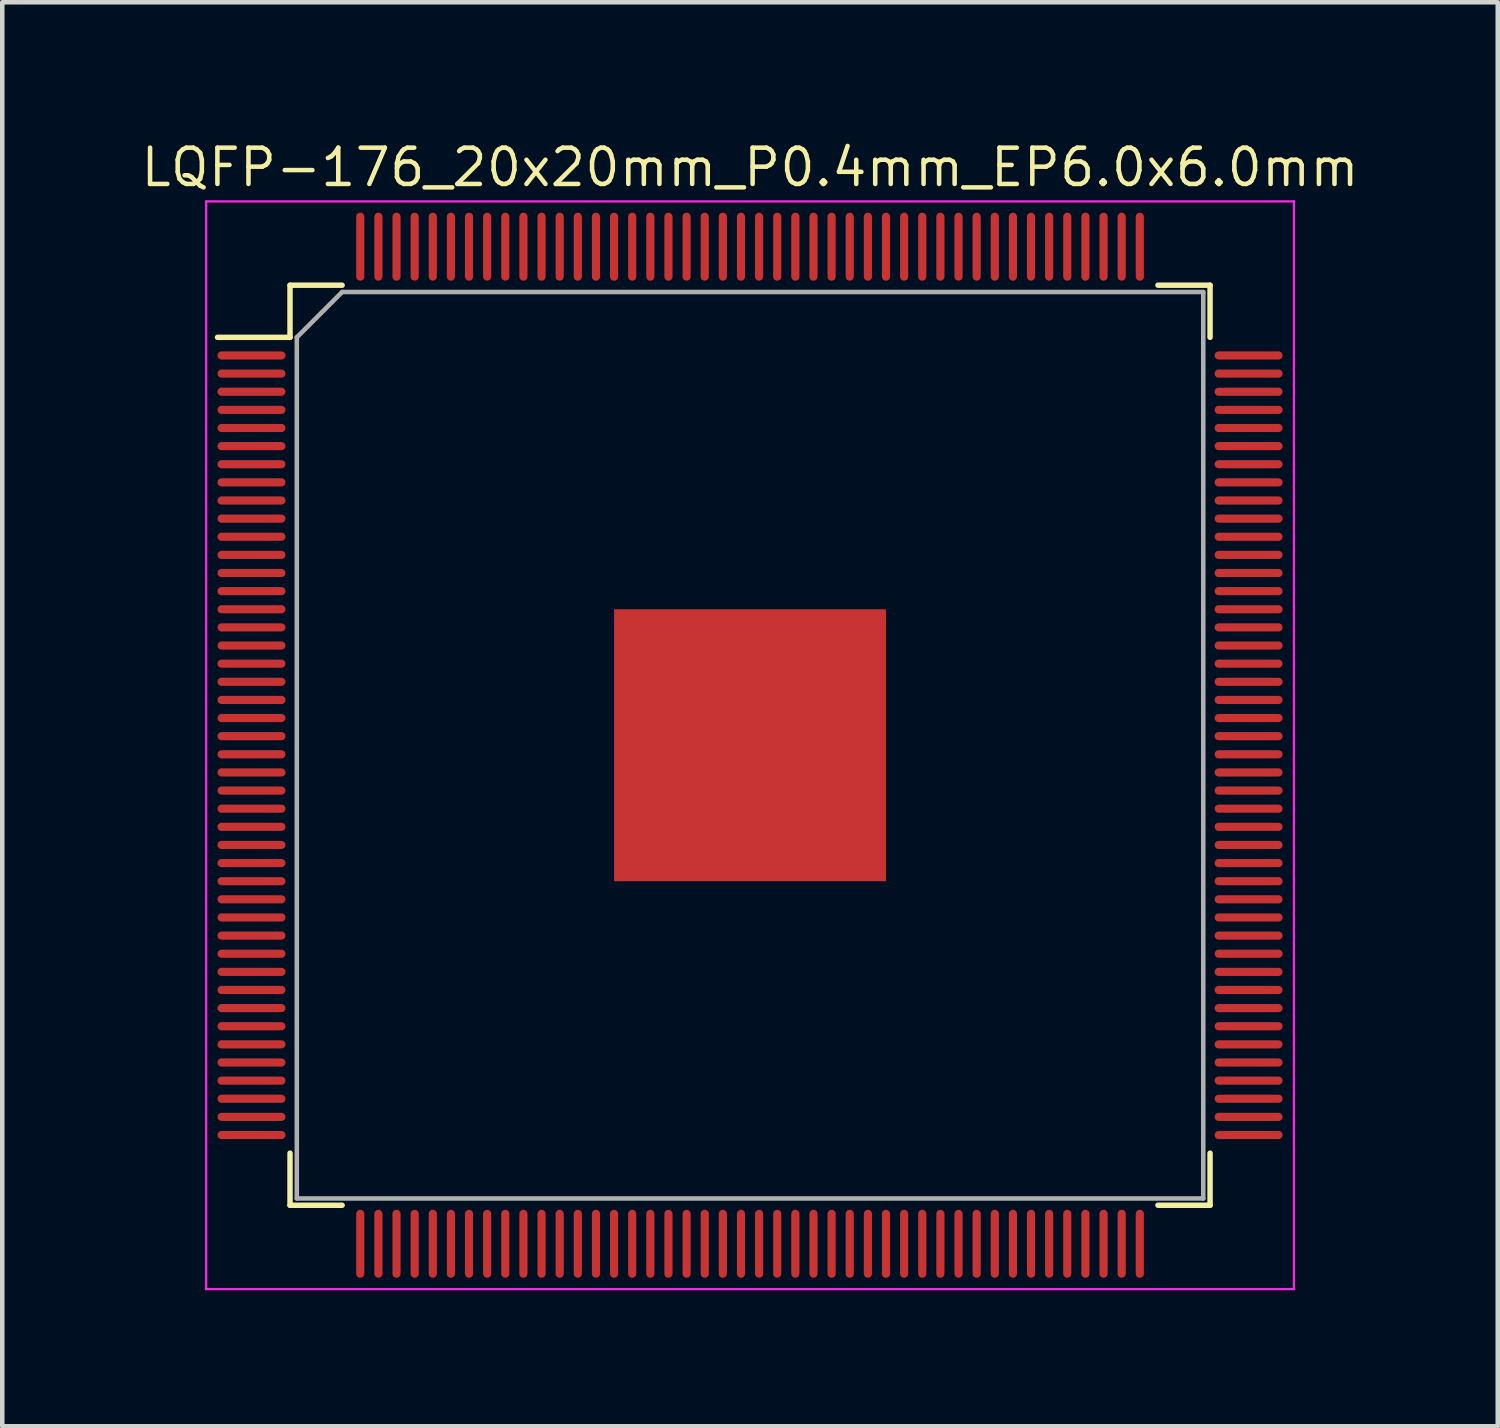
<source format=kicad_pcb>
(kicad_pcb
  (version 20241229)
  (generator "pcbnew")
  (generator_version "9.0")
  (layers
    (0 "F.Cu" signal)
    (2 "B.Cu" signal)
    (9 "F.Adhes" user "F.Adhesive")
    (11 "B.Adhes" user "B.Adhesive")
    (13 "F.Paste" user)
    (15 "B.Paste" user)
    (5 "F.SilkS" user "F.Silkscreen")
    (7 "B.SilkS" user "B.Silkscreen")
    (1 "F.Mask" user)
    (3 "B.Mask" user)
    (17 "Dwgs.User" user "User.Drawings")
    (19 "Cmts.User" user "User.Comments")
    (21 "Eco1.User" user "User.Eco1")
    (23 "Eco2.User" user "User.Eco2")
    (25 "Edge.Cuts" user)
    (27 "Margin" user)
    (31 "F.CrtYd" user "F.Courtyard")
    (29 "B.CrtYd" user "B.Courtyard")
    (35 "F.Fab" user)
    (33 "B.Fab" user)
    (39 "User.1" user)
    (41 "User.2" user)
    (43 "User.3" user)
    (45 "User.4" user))
  (footprint "LQFP-176_20x20mm_P0.4mm_EP6.0x6.0mm"
    (layer "F.Cu")
    (at 13.499 13.393)
    (property "Reference" "LQFP-176_20x20mm_P0.4mm_EP6.0x6.0mm" (at 0 -12.75 0) (unlocked yes) (layer "F.SilkS") (effects (font (size 0.8 0.8) (thickness 0.1))))
    (attr smd)
    (fp_line (start -10.15 -10.15) (end -10.15 -9) (stroke (width 0.12) (type default)) (layer "F.SilkS"))
    (fp_line (start -10.15 -9) (end -11.75 -9) (stroke (width 0.12) (type default)) (layer "F.SilkS"))
    (fp_line (start -10.15 10.15) (end -10.15 9) (stroke (width 0.12) (type default)) (layer "F.SilkS"))
    (fp_line (start -9 -10.15) (end -10.15 -10.15) (stroke (width 0.12) (type default)) (layer "F.SilkS"))
    (fp_line (start -9 10.15) (end -10.15 10.15) (stroke (width 0.12) (type default)) (layer "F.SilkS"))
    (fp_line (start 9 -10.15) (end 10.15 -10.15) (stroke (width 0.12) (type default)) (layer "F.SilkS"))
    (fp_line (start 9 10.15) (end 10.15 10.15) (stroke (width 0.12) (type default)) (layer "F.SilkS"))
    (fp_line (start 10.15 -10.15) (end 10.15 -9) (stroke (width 0.12) (type default)) (layer "F.SilkS"))
    (fp_line (start 10.15 10.15) (end 10.15 9) (stroke (width 0.12) (type default)) (layer "F.SilkS"))
    (fp_line (start -12 -12) (end 12 -12) (stroke (width 0.05) (type default)) (layer "F.CrtYd"))
    (fp_line (start -12 12) (end -12 -12) (stroke (width 0.05) (type default)) (layer "F.CrtYd"))
    (fp_line (start 12 -12) (end 12 12) (stroke (width 0.05) (type default)) (layer "F.CrtYd"))
    (fp_line (start 12 12) (end -12 12) (stroke (width 0.05) (type default)) (layer "F.CrtYd"))
    (fp_line (start -10 -9) (end -10 10) (stroke (width 0.1) (type default)) (layer "F.Fab"))
    (fp_line (start -10 10) (end 10 10) (stroke (width 0.1) (type default)) (layer "F.Fab"))
    (fp_line (start -9 -10) (end -10 -9) (stroke (width 0.1) (type default)) (layer "F.Fab"))
    (fp_line (start 10 -10) (end -9 -10) (stroke (width 0.1) (type default)) (layer "F.Fab"))
    (fp_line (start 10 10) (end 10 -10) (stroke (width 0.1) (type default)) (layer "F.Fab"))
    (pad "" smd roundrect (at -2 -2) (size 1.5 1.5) (layers "F.Paste") (roundrect_rratio 0.221))
    (pad "" smd roundrect (at -2 0) (size 1.5 1.5) (layers "F.Paste") (roundrect_rratio 0.221))
    (pad "" smd roundrect (at -2 2) (size 1.5 1.5) (layers "F.Paste") (roundrect_rratio 0.221))
    (pad "" smd roundrect (at -0.1 2) (size 1.5 1.5) (layers "F.Paste") (roundrect_rratio 0.221))
    (pad "" smd roundrect (at 0 -2) (size 1.5 1.5) (layers "F.Paste") (roundrect_rratio 0.221))
    (pad "" smd roundrect (at 0 0) (size 1.5 1.5) (layers "F.Paste") (roundrect_rratio 0.221))
    (pad "" smd roundrect (at 2 -2) (size 1.5 1.5) (layers "F.Paste") (roundrect_rratio 0.221))
    (pad "" smd roundrect (at 2 0) (size 1.5 1.5) (layers "F.Paste") (roundrect_rratio 0.221))
    (pad "" smd roundrect (at 2 2) (size 1.5 1.5) (layers "F.Paste") (roundrect_rratio 0.221))
    (pad "1" smd oval (at -11 -8.6 90) (size 0.18 1.5) (layers "F.Cu" "F.Mask" "F.Paste"))
    (pad "2" smd oval (at -11 -8.2 90) (size 0.18 1.5) (layers "F.Cu" "F.Mask" "F.Paste"))
    (pad "3" smd oval (at -11 -7.8 90) (size 0.18 1.5) (layers "F.Cu" "F.Mask" "F.Paste"))
    (pad "4" smd oval (at -11 -7.4 90) (size 0.18 1.5) (layers "F.Cu" "F.Mask" "F.Paste"))
    (pad "5" smd oval (at -11 -7 90) (size 0.18 1.5) (layers "F.Cu" "F.Mask" "F.Paste"))
    (pad "6" smd oval (at -11 -6.6 90) (size 0.18 1.5) (layers "F.Cu" "F.Mask" "F.Paste"))
    (pad "7" smd oval (at -11 -6.2 90) (size 0.18 1.5) (layers "F.Cu" "F.Mask" "F.Paste"))
    (pad "8" smd oval (at -11 -5.8 90) (size 0.18 1.5) (layers "F.Cu" "F.Mask" "F.Paste"))
    (pad "9" smd oval (at -11 -5.4 90) (size 0.18 1.5) (layers "F.Cu" "F.Mask" "F.Paste"))
    (pad "10" smd oval (at -11 -5 90) (size 0.18 1.5) (layers "F.Cu" "F.Mask" "F.Paste"))
    (pad "11" smd oval (at -11 -4.6 90) (size 0.18 1.5) (layers "F.Cu" "F.Mask" "F.Paste"))
    (pad "12" smd oval (at -11 -4.2 90) (size 0.18 1.5) (layers "F.Cu" "F.Mask" "F.Paste"))
    (pad "13" smd oval (at -11 -3.8 90) (size 0.18 1.5) (layers "F.Cu" "F.Mask" "F.Paste"))
    (pad "14" smd oval (at -11 -3.4 90) (size 0.18 1.5) (layers "F.Cu" "F.Mask" "F.Paste"))
    (pad "15" smd oval (at -11 -3 90) (size 0.18 1.5) (layers "F.Cu" "F.Mask" "F.Paste"))
    (pad "16" smd oval (at -11 -2.6 90) (size 0.18 1.5) (layers "F.Cu" "F.Mask" "F.Paste"))
    (pad "17" smd oval (at -11 -2.2 90) (size 0.18 1.5) (layers "F.Cu" "F.Mask" "F.Paste"))
    (pad "18" smd oval (at -11 -1.8 90) (size 0.18 1.5) (layers "F.Cu" "F.Mask" "F.Paste"))
    (pad "19" smd oval (at -11 -1.4 90) (size 0.18 1.5) (layers "F.Cu" "F.Mask" "F.Paste"))
    (pad "20" smd oval (at -11 -1 90) (size 0.18 1.5) (layers "F.Cu" "F.Mask" "F.Paste"))
    (pad "21" smd oval (at -11 -0.6 90) (size 0.18 1.5) (layers "F.Cu" "F.Mask" "F.Paste"))
    (pad "22" smd oval (at -11 -0.2 90) (size 0.18 1.5) (layers "F.Cu" "F.Mask" "F.Paste"))
    (pad "23" smd oval (at -11 0.2 90) (size 0.18 1.5) (layers "F.Cu" "F.Mask" "F.Paste"))
    (pad "24" smd oval (at -11 0.6 90) (size 0.18 1.5) (layers "F.Cu" "F.Mask" "F.Paste"))
    (pad "25" smd oval (at -11 1 90) (size 0.18 1.5) (layers "F.Cu" "F.Mask" "F.Paste"))
    (pad "26" smd oval (at -11 1.4 90) (size 0.18 1.5) (layers "F.Cu" "F.Mask" "F.Paste"))
    (pad "27" smd oval (at -11 1.8 90) (size 0.18 1.5) (layers "F.Cu" "F.Mask" "F.Paste"))
    (pad "28" smd oval (at -11 2.2 90) (size 0.18 1.5) (layers "F.Cu" "F.Mask" "F.Paste"))
    (pad "29" smd oval (at -11 2.6 90) (size 0.18 1.5) (layers "F.Cu" "F.Mask" "F.Paste"))
    (pad "30" smd oval (at -11 3 90) (size 0.18 1.5) (layers "F.Cu" "F.Mask" "F.Paste"))
    (pad "31" smd oval (at -11 3.4 90) (size 0.18 1.5) (layers "F.Cu" "F.Mask" "F.Paste"))
    (pad "32" smd oval (at -11 3.8 90) (size 0.18 1.5) (layers "F.Cu" "F.Mask" "F.Paste"))
    (pad "33" smd oval (at -11 4.2 90) (size 0.18 1.5) (layers "F.Cu" "F.Mask" "F.Paste"))
    (pad "34" smd oval (at -11 4.6 90) (size 0.18 1.5) (layers "F.Cu" "F.Mask" "F.Paste"))
    (pad "35" smd oval (at -11 5 90) (size 0.18 1.5) (layers "F.Cu" "F.Mask" "F.Paste"))
    (pad "36" smd oval (at -11 5.4 90) (size 0.18 1.5) (layers "F.Cu" "F.Mask" "F.Paste"))
    (pad "37" smd oval (at -11 5.8 90) (size 0.18 1.5) (layers "F.Cu" "F.Mask" "F.Paste"))
    (pad "38" smd oval (at -11 6.2 90) (size 0.18 1.5) (layers "F.Cu" "F.Mask" "F.Paste"))
    (pad "39" smd oval (at -11 6.6 90) (size 0.18 1.5) (layers "F.Cu" "F.Mask" "F.Paste"))
    (pad "40" smd oval (at -11 7 90) (size 0.18 1.5) (layers "F.Cu" "F.Mask" "F.Paste"))
    (pad "41" smd oval (at -11 7.4 90) (size 0.18 1.5) (layers "F.Cu" "F.Mask" "F.Paste"))
    (pad "42" smd oval (at -11 7.8 90) (size 0.18 1.5) (layers "F.Cu" "F.Mask" "F.Paste"))
    (pad "43" smd oval (at -11 8.2 90) (size 0.18 1.5) (layers "F.Cu" "F.Mask" "F.Paste"))
    (pad "44" smd oval (at -11 8.6 90) (size 0.18 1.5) (layers "F.Cu" "F.Mask" "F.Paste"))
    (pad "45" smd oval (at -8.6 11) (size 0.18 1.5) (layers "F.Cu" "F.Mask" "F.Paste"))
    (pad "46" smd oval (at -8.2 11) (size 0.18 1.5) (layers "F.Cu" "F.Mask" "F.Paste"))
    (pad "47" smd oval (at -7.8 11) (size 0.18 1.5) (layers "F.Cu" "F.Mask" "F.Paste"))
    (pad "48" smd oval (at -7.4 11) (size 0.18 1.5) (layers "F.Cu" "F.Mask" "F.Paste"))
    (pad "49" smd oval (at -7 11) (size 0.18 1.5) (layers "F.Cu" "F.Mask" "F.Paste"))
    (pad "50" smd oval (at -6.6 11) (size 0.18 1.5) (layers "F.Cu" "F.Mask" "F.Paste"))
    (pad "51" smd oval (at -6.2 11) (size 0.18 1.5) (layers "F.Cu" "F.Mask" "F.Paste"))
    (pad "52" smd oval (at -5.8 11) (size 0.18 1.5) (layers "F.Cu" "F.Mask" "F.Paste"))
    (pad "53" smd oval (at -5.4 11) (size 0.18 1.5) (layers "F.Cu" "F.Mask" "F.Paste"))
    (pad "54" smd oval (at -5 11) (size 0.18 1.5) (layers "F.Cu" "F.Mask" "F.Paste"))
    (pad "55" smd oval (at -4.6 11) (size 0.18 1.5) (layers "F.Cu" "F.Mask" "F.Paste"))
    (pad "56" smd oval (at -4.2 11) (size 0.18 1.5) (layers "F.Cu" "F.Mask" "F.Paste"))
    (pad "57" smd oval (at -3.8 11) (size 0.18 1.5) (layers "F.Cu" "F.Mask" "F.Paste"))
    (pad "58" smd oval (at -3.4 11) (size 0.18 1.5) (layers "F.Cu" "F.Mask" "F.Paste"))
    (pad "59" smd oval (at -3 11) (size 0.18 1.5) (layers "F.Cu" "F.Mask" "F.Paste"))
    (pad "60" smd oval (at -2.6 11) (size 0.18 1.5) (layers "F.Cu" "F.Mask" "F.Paste"))
    (pad "61" smd oval (at -2.2 11) (size 0.18 1.5) (layers "F.Cu" "F.Mask" "F.Paste"))
    (pad "62" smd oval (at -1.8 11) (size 0.18 1.5) (layers "F.Cu" "F.Mask" "F.Paste"))
    (pad "63" smd oval (at -1.4 11) (size 0.18 1.5) (layers "F.Cu" "F.Mask" "F.Paste"))
    (pad "64" smd oval (at -1 11) (size 0.18 1.5) (layers "F.Cu" "F.Mask" "F.Paste"))
    (pad "65" smd oval (at -0.6 11) (size 0.18 1.5) (layers "F.Cu" "F.Mask" "F.Paste"))
    (pad "66" smd oval (at -0.2 11) (size 0.18 1.5) (layers "F.Cu" "F.Mask" "F.Paste"))
    (pad "67" smd oval (at 0.2 11) (size 0.18 1.5) (layers "F.Cu" "F.Mask" "F.Paste"))
    (pad "68" smd oval (at 0.6 11) (size 0.18 1.5) (layers "F.Cu" "F.Mask" "F.Paste"))
    (pad "69" smd oval (at 1 11) (size 0.18 1.5) (layers "F.Cu" "F.Mask" "F.Paste"))
    (pad "70" smd oval (at 1.4 11) (size 0.18 1.5) (layers "F.Cu" "F.Mask" "F.Paste"))
    (pad "71" smd oval (at 1.8 11) (size 0.18 1.5) (layers "F.Cu" "F.Mask" "F.Paste"))
    (pad "72" smd oval (at 2.2 11) (size 0.18 1.5) (layers "F.Cu" "F.Mask" "F.Paste"))
    (pad "73" smd oval (at 2.6 11) (size 0.18 1.5) (layers "F.Cu" "F.Mask" "F.Paste"))
    (pad "74" smd oval (at 3 11) (size 0.18 1.5) (layers "F.Cu" "F.Mask" "F.Paste"))
    (pad "75" smd oval (at 3.4 11) (size 0.18 1.5) (layers "F.Cu" "F.Mask" "F.Paste"))
    (pad "76" smd oval (at 3.8 11) (size 0.18 1.5) (layers "F.Cu" "F.Mask" "F.Paste"))
    (pad "77" smd oval (at 4.2 11) (size 0.18 1.5) (layers "F.Cu" "F.Mask" "F.Paste"))
    (pad "78" smd oval (at 4.6 11) (size 0.18 1.5) (layers "F.Cu" "F.Mask" "F.Paste"))
    (pad "79" smd oval (at 5 11) (size 0.18 1.5) (layers "F.Cu" "F.Mask" "F.Paste"))
    (pad "80" smd oval (at 5.4 11) (size 0.18 1.5) (layers "F.Cu" "F.Mask" "F.Paste"))
    (pad "81" smd oval (at 5.8 11) (size 0.18 1.5) (layers "F.Cu" "F.Mask" "F.Paste"))
    (pad "82" smd oval (at 6.2 11) (size 0.18 1.5) (layers "F.Cu" "F.Mask" "F.Paste"))
    (pad "83" smd oval (at 6.6 11) (size 0.18 1.5) (layers "F.Cu" "F.Mask" "F.Paste"))
    (pad "84" smd oval (at 7 11) (size 0.18 1.5) (layers "F.Cu" "F.Mask" "F.Paste"))
    (pad "85" smd oval (at 7.4 11) (size 0.18 1.5) (layers "F.Cu" "F.Mask" "F.Paste"))
    (pad "86" smd oval (at 7.8 11) (size 0.18 1.5) (layers "F.Cu" "F.Mask" "F.Paste"))
    (pad "87" smd oval (at 8.2 11) (size 0.18 1.5) (layers "F.Cu" "F.Mask" "F.Paste"))
    (pad "88" smd oval (at 8.6 11) (size 0.18 1.5) (layers "F.Cu" "F.Mask" "F.Paste"))
    (pad "89" smd oval (at 11 8.6 90) (size 0.18 1.5) (layers "F.Cu" "F.Mask" "F.Paste"))
    (pad "90" smd oval (at 11 8.2 90) (size 0.18 1.5) (layers "F.Cu" "F.Mask" "F.Paste"))
    (pad "91" smd oval (at 11 7.8 90) (size 0.18 1.5) (layers "F.Cu" "F.Mask" "F.Paste"))
    (pad "92" smd oval (at 11 7.4 90) (size 0.18 1.5) (layers "F.Cu" "F.Mask" "F.Paste"))
    (pad "93" smd oval (at 11 7 90) (size 0.18 1.5) (layers "F.Cu" "F.Mask" "F.Paste"))
    (pad "94" smd oval (at 11 6.6 90) (size 0.18 1.5) (layers "F.Cu" "F.Mask" "F.Paste"))
    (pad "95" smd oval (at 11 6.2 90) (size 0.18 1.5) (layers "F.Cu" "F.Mask" "F.Paste"))
    (pad "96" smd oval (at 11 5.8 90) (size 0.18 1.5) (layers "F.Cu" "F.Mask" "F.Paste"))
    (pad "97" smd oval (at 11 5.4 90) (size 0.18 1.5) (layers "F.Cu" "F.Mask" "F.Paste"))
    (pad "98" smd oval (at 11 5 90) (size 0.18 1.5) (layers "F.Cu" "F.Mask" "F.Paste"))
    (pad "99" smd oval (at 11 4.6 90) (size 0.18 1.5) (layers "F.Cu" "F.Mask" "F.Paste"))
    (pad "100" smd oval (at 11 4.2 90) (size 0.18 1.5) (layers "F.Cu" "F.Mask" "F.Paste"))
    (pad "101" smd oval (at 11 3.8 90) (size 0.18 1.5) (layers "F.Cu" "F.Mask" "F.Paste"))
    (pad "102" smd oval (at 11 3.4 90) (size 0.18 1.5) (layers "F.Cu" "F.Mask" "F.Paste"))
    (pad "103" smd oval (at 11 3 90) (size 0.18 1.5) (layers "F.Cu" "F.Mask" "F.Paste"))
    (pad "104" smd oval (at 11 2.6 90) (size 0.18 1.5) (layers "F.Cu" "F.Mask" "F.Paste"))
    (pad "105" smd oval (at 11 2.2 90) (size 0.18 1.5) (layers "F.Cu" "F.Mask" "F.Paste"))
    (pad "106" smd oval (at 11 1.8 90) (size 0.18 1.5) (layers "F.Cu" "F.Mask" "F.Paste"))
    (pad "107" smd oval (at 11 1.4 90) (size 0.18 1.5) (layers "F.Cu" "F.Mask" "F.Paste"))
    (pad "108" smd oval (at 11 1 90) (size 0.18 1.5) (layers "F.Cu" "F.Mask" "F.Paste"))
    (pad "109" smd oval (at 11 0.6 90) (size 0.18 1.5) (layers "F.Cu" "F.Mask" "F.Paste"))
    (pad "110" smd oval (at 11 0.2 90) (size 0.18 1.5) (layers "F.Cu" "F.Mask" "F.Paste"))
    (pad "111" smd oval (at 11 -0.2 90) (size 0.18 1.5) (layers "F.Cu" "F.Mask" "F.Paste"))
    (pad "112" smd oval (at 11 -0.6 90) (size 0.18 1.5) (layers "F.Cu" "F.Mask" "F.Paste"))
    (pad "113" smd oval (at 11 -1 90) (size 0.18 1.5) (layers "F.Cu" "F.Mask" "F.Paste"))
    (pad "114" smd oval (at 11 -1.4 90) (size 0.18 1.5) (layers "F.Cu" "F.Mask" "F.Paste"))
    (pad "115" smd oval (at 11 -1.8 90) (size 0.18 1.5) (layers "F.Cu" "F.Mask" "F.Paste"))
    (pad "116" smd oval (at 11 -2.2 90) (size 0.18 1.5) (layers "F.Cu" "F.Mask" "F.Paste"))
    (pad "117" smd oval (at 11 -2.6 90) (size 0.18 1.5) (layers "F.Cu" "F.Mask" "F.Paste"))
    (pad "118" smd oval (at 11 -3 90) (size 0.18 1.5) (layers "F.Cu" "F.Mask" "F.Paste"))
    (pad "119" smd oval (at 11 -3.4 90) (size 0.18 1.5) (layers "F.Cu" "F.Mask" "F.Paste"))
    (pad "120" smd oval (at 11 -3.8 90) (size 0.18 1.5) (layers "F.Cu" "F.Mask" "F.Paste"))
    (pad "121" smd oval (at 11 -4.2 90) (size 0.18 1.5) (layers "F.Cu" "F.Mask" "F.Paste"))
    (pad "122" smd oval (at 11 -4.6 90) (size 0.18 1.5) (layers "F.Cu" "F.Mask" "F.Paste"))
    (pad "123" smd oval (at 11 -5 90) (size 0.18 1.5) (layers "F.Cu" "F.Mask" "F.Paste"))
    (pad "124" smd oval (at 11 -5.4 90) (size 0.18 1.5) (layers "F.Cu" "F.Mask" "F.Paste"))
    (pad "125" smd oval (at 11 -5.8 90) (size 0.18 1.5) (layers "F.Cu" "F.Mask" "F.Paste"))
    (pad "126" smd oval (at 11 -6.2 90) (size 0.18 1.5) (layers "F.Cu" "F.Mask" "F.Paste"))
    (pad "127" smd oval (at 11 -6.6 90) (size 0.18 1.5) (layers "F.Cu" "F.Mask" "F.Paste"))
    (pad "128" smd oval (at 11 -7 90) (size 0.18 1.5) (layers "F.Cu" "F.Mask" "F.Paste"))
    (pad "129" smd oval (at 11 -7.4 90) (size 0.18 1.5) (layers "F.Cu" "F.Mask" "F.Paste"))
    (pad "130" smd oval (at 11 -7.8 90) (size 0.18 1.5) (layers "F.Cu" "F.Mask" "F.Paste"))
    (pad "131" smd oval (at 11 -8.2 90) (size 0.18 1.5) (layers "F.Cu" "F.Mask" "F.Paste"))
    (pad "132" smd oval (at 11 -8.6 90) (size 0.18 1.5) (layers "F.Cu" "F.Mask" "F.Paste"))
    (pad "133" smd oval (at 8.6 -11) (size 0.18 1.5) (layers "F.Cu" "F.Mask" "F.Paste"))
    (pad "134" smd oval (at 8.2 -11) (size 0.18 1.5) (layers "F.Cu" "F.Mask" "F.Paste"))
    (pad "135" smd oval (at 7.8 -11) (size 0.18 1.5) (layers "F.Cu" "F.Mask" "F.Paste"))
    (pad "136" smd oval (at 7.4 -11) (size 0.18 1.5) (layers "F.Cu" "F.Mask" "F.Paste"))
    (pad "137" smd oval (at 7 -11) (size 0.18 1.5) (layers "F.Cu" "F.Mask" "F.Paste"))
    (pad "138" smd oval (at 6.6 -11) (size 0.18 1.5) (layers "F.Cu" "F.Mask" "F.Paste"))
    (pad "139" smd oval (at 6.2 -11) (size 0.18 1.5) (layers "F.Cu" "F.Mask" "F.Paste"))
    (pad "140" smd oval (at 5.8 -11) (size 0.18 1.5) (layers "F.Cu" "F.Mask" "F.Paste"))
    (pad "141" smd oval (at 5.4 -11) (size 0.18 1.5) (layers "F.Cu" "F.Mask" "F.Paste"))
    (pad "142" smd oval (at 5 -11) (size 0.18 1.5) (layers "F.Cu" "F.Mask" "F.Paste"))
    (pad "143" smd oval (at 4.6 -11) (size 0.18 1.5) (layers "F.Cu" "F.Mask" "F.Paste"))
    (pad "144" smd oval (at 4.2 -11) (size 0.18 1.5) (layers "F.Cu" "F.Mask" "F.Paste"))
    (pad "145" smd oval (at 3.8 -11) (size 0.18 1.5) (layers "F.Cu" "F.Mask" "F.Paste"))
    (pad "146" smd oval (at 3.4 -11) (size 0.18 1.5) (layers "F.Cu" "F.Mask" "F.Paste"))
    (pad "147" smd oval (at 3 -11) (size 0.18 1.5) (layers "F.Cu" "F.Mask" "F.Paste"))
    (pad "148" smd oval (at 2.6 -11) (size 0.18 1.5) (layers "F.Cu" "F.Mask" "F.Paste"))
    (pad "149" smd oval (at 2.2 -11) (size 0.18 1.5) (layers "F.Cu" "F.Mask" "F.Paste"))
    (pad "150" smd oval (at 1.8 -11) (size 0.18 1.5) (layers "F.Cu" "F.Mask" "F.Paste"))
    (pad "151" smd oval (at 1.4 -11) (size 0.18 1.5) (layers "F.Cu" "F.Mask" "F.Paste"))
    (pad "152" smd oval (at 1 -11) (size 0.18 1.5) (layers "F.Cu" "F.Mask" "F.Paste"))
    (pad "153" smd oval (at 0.6 -11) (size 0.18 1.5) (layers "F.Cu" "F.Mask" "F.Paste"))
    (pad "154" smd oval (at 0.2 -11) (size 0.18 1.5) (layers "F.Cu" "F.Mask" "F.Paste"))
    (pad "155" smd oval (at -0.2 -11) (size 0.18 1.5) (layers "F.Cu" "F.Mask" "F.Paste"))
    (pad "156" smd oval (at -0.6 -11) (size 0.18 1.5) (layers "F.Cu" "F.Mask" "F.Paste"))
    (pad "157" smd oval (at -1 -11) (size 0.18 1.5) (layers "F.Cu" "F.Mask" "F.Paste"))
    (pad "158" smd oval (at -1.4 -11) (size 0.18 1.5) (layers "F.Cu" "F.Mask" "F.Paste"))
    (pad "159" smd oval (at -1.8 -11) (size 0.18 1.5) (layers "F.Cu" "F.Mask" "F.Paste"))
    (pad "160" smd oval (at -2.2 -11) (size 0.18 1.5) (layers "F.Cu" "F.Mask" "F.Paste"))
    (pad "161" smd oval (at -2.6 -11) (size 0.18 1.5) (layers "F.Cu" "F.Mask" "F.Paste"))
    (pad "162" smd oval (at -3 -11) (size 0.18 1.5) (layers "F.Cu" "F.Mask" "F.Paste"))
    (pad "163" smd oval (at -3.4 -11) (size 0.18 1.5) (layers "F.Cu" "F.Mask" "F.Paste"))
    (pad "164" smd oval (at -3.8 -11) (size 0.18 1.5) (layers "F.Cu" "F.Mask" "F.Paste"))
    (pad "165" smd oval (at -4.2 -11) (size 0.18 1.5) (layers "F.Cu" "F.Mask" "F.Paste"))
    (pad "166" smd oval (at -4.6 -11) (size 0.18 1.5) (layers "F.Cu" "F.Mask" "F.Paste"))
    (pad "167" smd oval (at -5 -11) (size 0.18 1.5) (layers "F.Cu" "F.Mask" "F.Paste"))
    (pad "168" smd oval (at -5.4 -11) (size 0.18 1.5) (layers "F.Cu" "F.Mask" "F.Paste"))
    (pad "169" smd oval (at -5.8 -11) (size 0.18 1.5) (layers "F.Cu" "F.Mask" "F.Paste"))
    (pad "170" smd oval (at -6.2 -11) (size 0.18 1.5) (layers "F.Cu" "F.Mask" "F.Paste"))
    (pad "171" smd oval (at -6.6 -11) (size 0.18 1.5) (layers "F.Cu" "F.Mask" "F.Paste"))
    (pad "172" smd oval (at -7 -11) (size 0.18 1.5) (layers "F.Cu" "F.Mask" "F.Paste"))
    (pad "173" smd oval (at -7.4 -11) (size 0.18 1.5) (layers "F.Cu" "F.Mask" "F.Paste"))
    (pad "174" smd oval (at -7.8 -11) (size 0.18 1.5) (layers "F.Cu" "F.Mask" "F.Paste"))
    (pad "175" smd oval (at -8.2 -11) (size 0.18 1.5) (layers "F.Cu" "F.Mask" "F.Paste"))
    (pad "176" smd oval (at -8.6 -11) (size 0.18 1.5) (layers "F.Cu" "F.Mask" "F.Paste"))
    (pad "177" smd rect (at 0 0 90) (size 6 6) (layers "F.Cu" "F.Mask")))
  (gr_rect
    (start -3 -3)
    (end 29.997 28.419)
    (stroke (width 0.1) (type default))
    (fill no)
    (layer "Edge.Cuts")))
</source>
